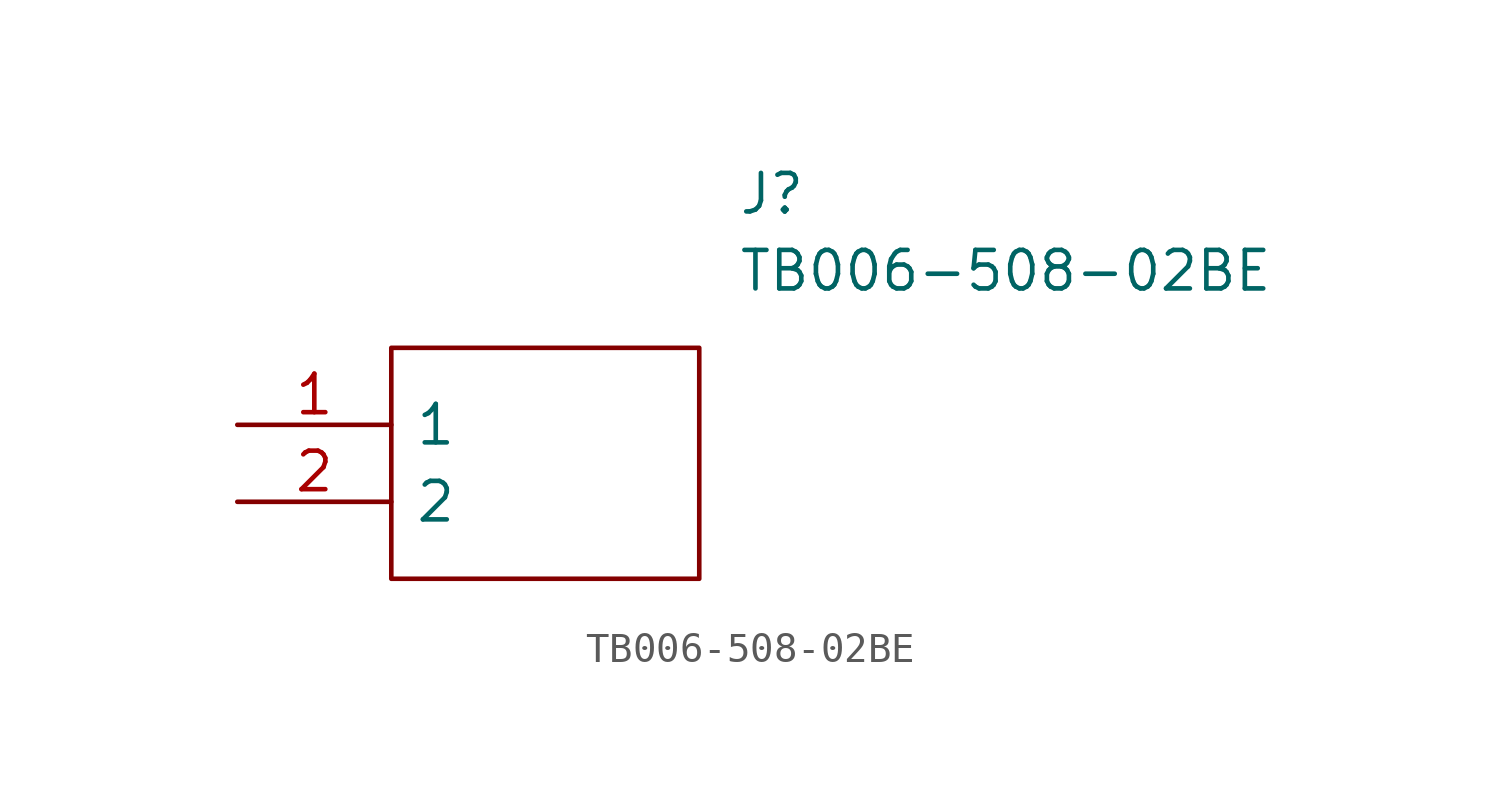
<source format=kicad_sym>
(kicad_symbol_lib
  (version 20211014)
  (generator kicad_symbol_editor)
  (symbol "TB006-508-02BE"
    (pin_names
      (offset 0.762))
    (property "Reference" "J"
      (at 16.51 7.62 0)
      (effects (font (size 1.27 1.27)) (justify left)))
    (property "Value" "TB006-508-02BE"
      (at 16.51 5.08 0)
      (effects (font (size 1.27 1.27)) (justify left)))
    (symbol "TB006-508-02BE_0_0"
      (pin passive line (at 0 0 0) (length 5.08) (name "1" (effects (font (size 1.27 1.27)))) (number "1" (effects (font (size 1.27 1.27)))))
      (pin passive line (at 0 -2.54 0) (length 5.08) (name "2" (effects (font (size 1.27 1.27)))) (number "2" (effects (font (size 1.27 1.27))))))
    (symbol "TB006-508-02BE_0_1"
      (polyline (pts (xy 5.08 2.54) (xy 15.24 2.54) (xy 15.24 -5.08) (xy 5.08 -5.08) (xy 5.08 2.54)) (stroke (width 0.152) (type default) (color 0 0 0 0)) (fill (type none))))))
</source>
